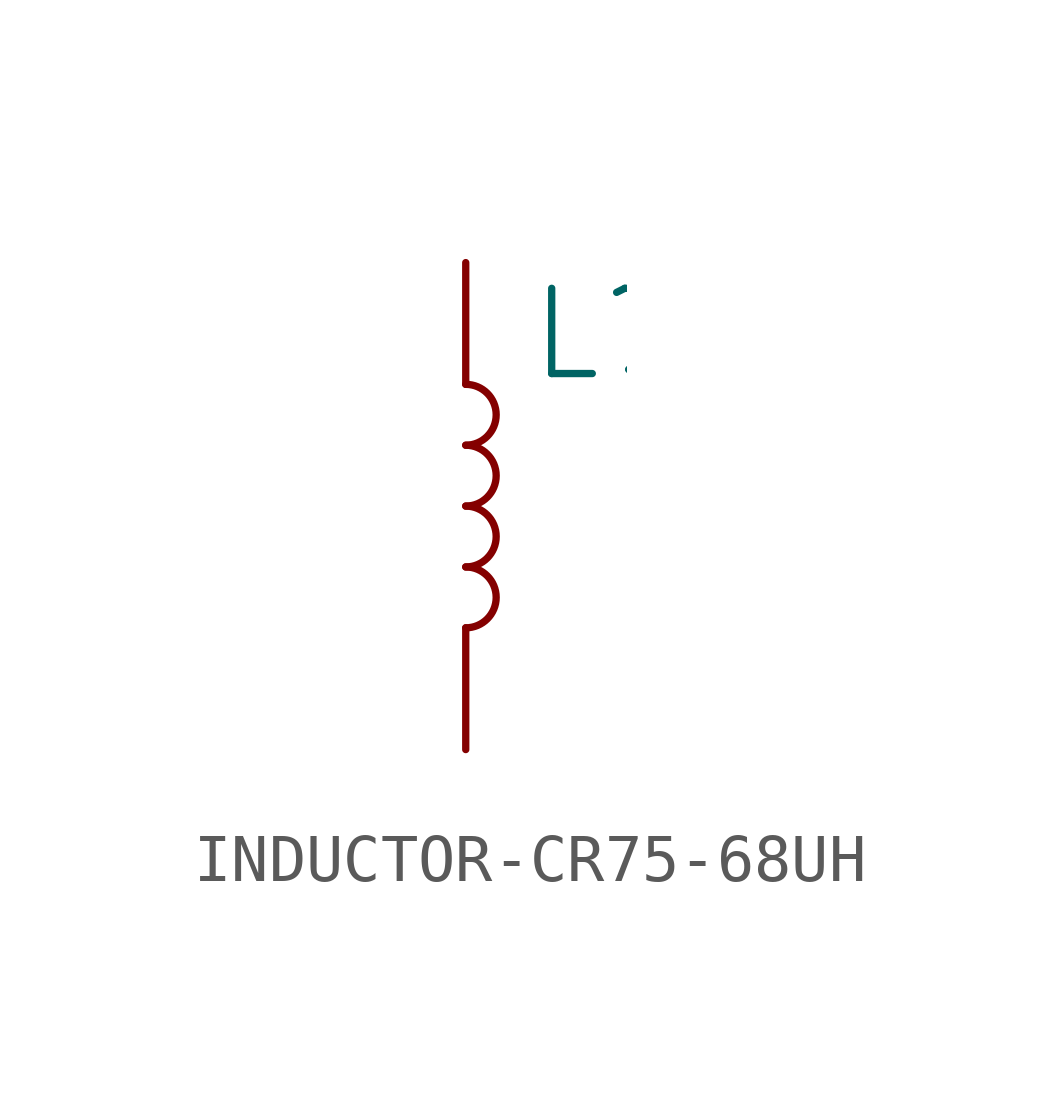
<source format=kicad_sym>
(kicad_symbol_lib
  (version 20231120)
  (generator "kicad_symbol_editor")
  (generator_version "8.0")
  (symbol "INDUCTOR-CR75-68UH"
    (property "Reference" "L"
      (at 1.27 2.54 0)
      (effects (font (size 1.778 1.778)) (justify left bottom)))
    (property "Value" ""
      (at 1.27 -2.54 0)
      (effects (font (size 1.778 1.778)) (justify left top)))
    (property "ki_locked" ""
      (at 0 0 0)
      (effects (font (size 1.27 1.27))))
    (symbol "INDUCTOR-CR75-68UH_1_0"
      (arc (start 0 -2.54) (mid 0.635 -1.905) (end 0 -1.27) (stroke (width 0.1524) (type solid)) (fill (type none)))
      (arc (start 0 -1.27) (mid 0.635 -0.635) (end 0 0) (stroke (width 0.1524) (type solid)) (fill (type none)))
      (arc (start 0 0) (mid 0.635 0.635) (end 0 1.27) (stroke (width 0.1524) (type solid)) (fill (type none)))
      (arc (start 0 1.27) (mid 0.635 1.905) (end 0 2.54) (stroke (width 0.1524) (type solid)) (fill (type none)))
      (pin passive line (at 0 5.08 270) (length 2.54) (name "1" (effects (font (size 0 0)))) (number "P$1" (effects (font (size 0 0)))))
      (pin passive line (at 0 -5.08 90) (length 2.54) (name "2" (effects (font (size 0 0)))) (number "P$2" (effects (font (size 0 0))))))))
</source>
